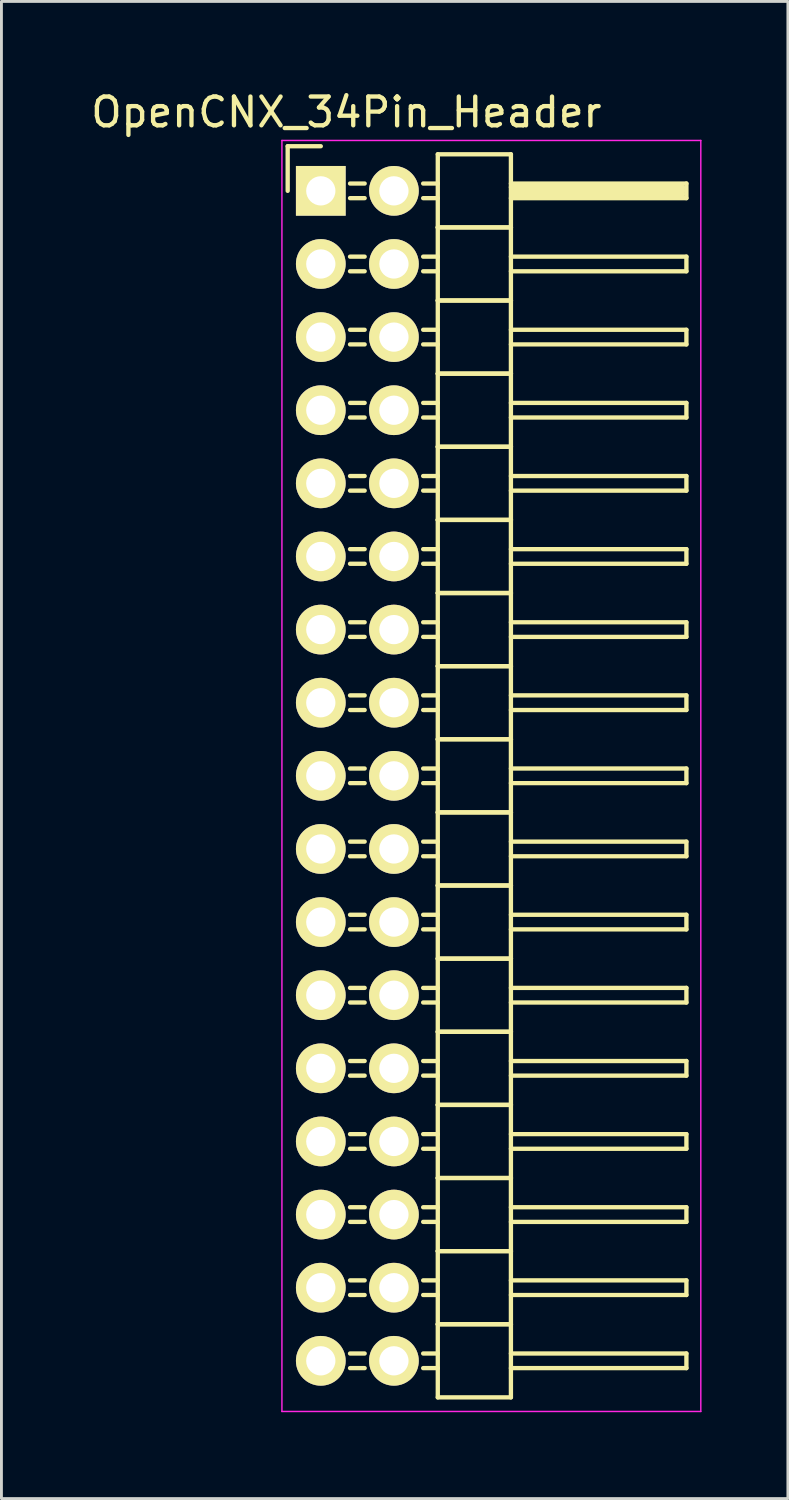
<source format=kicad_pcb>
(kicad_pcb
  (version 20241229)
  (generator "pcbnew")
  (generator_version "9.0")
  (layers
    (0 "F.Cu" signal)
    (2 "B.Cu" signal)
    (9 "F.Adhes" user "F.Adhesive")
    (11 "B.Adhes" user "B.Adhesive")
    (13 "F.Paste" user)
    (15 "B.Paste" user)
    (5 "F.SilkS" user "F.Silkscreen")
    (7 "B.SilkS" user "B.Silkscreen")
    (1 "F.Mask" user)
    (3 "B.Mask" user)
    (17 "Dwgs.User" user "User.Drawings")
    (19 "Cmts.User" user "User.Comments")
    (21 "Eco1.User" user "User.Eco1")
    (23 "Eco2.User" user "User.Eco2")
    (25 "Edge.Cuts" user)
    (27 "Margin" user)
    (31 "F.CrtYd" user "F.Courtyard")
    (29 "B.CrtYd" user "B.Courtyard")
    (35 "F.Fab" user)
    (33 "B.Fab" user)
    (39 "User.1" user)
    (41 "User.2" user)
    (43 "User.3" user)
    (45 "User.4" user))
  (footprint "OpenCNX_34Pin_Header"
    (layer "F.Cu")
    (at 8.093 3.579)
    (property "Reference" "OpenCNX_34Pin_Header" (at 0.889 -2.731 0) (layer "F.SilkS") (effects (font (size 1 1) (thickness 0.15))))
    (attr through_hole)
    (fp_line (start -1.15 -1.55) (end -1.15 0) (stroke (width 0.15) (type solid)) (layer "F.SilkS"))
    (fp_line (start 0 -1.55) (end -1.15 -1.55) (stroke (width 0.15) (type solid)) (layer "F.SilkS"))
    (fp_line (start 1.524 -0.254) (end 1.016 -0.254) (stroke (width 0.15) (type solid)) (layer "F.SilkS"))
    (fp_line (start 1.524 0.254) (end 1.016 0.254) (stroke (width 0.15) (type solid)) (layer "F.SilkS"))
    (fp_line (start 1.524 2.286) (end 1.016 2.286) (stroke (width 0.15) (type solid)) (layer "F.SilkS"))
    (fp_line (start 1.524 2.794) (end 1.016 2.794) (stroke (width 0.15) (type solid)) (layer "F.SilkS"))
    (fp_line (start 1.524 4.826) (end 1.016 4.826) (stroke (width 0.15) (type solid)) (layer "F.SilkS"))
    (fp_line (start 1.524 5.334) (end 1.016 5.334) (stroke (width 0.15) (type solid)) (layer "F.SilkS"))
    (fp_line (start 1.524 7.366) (end 1.016 7.366) (stroke (width 0.15) (type solid)) (layer "F.SilkS"))
    (fp_line (start 1.524 7.874) (end 1.016 7.874) (stroke (width 0.15) (type solid)) (layer "F.SilkS"))
    (fp_line (start 1.524 9.906) (end 1.016 9.906) (stroke (width 0.15) (type solid)) (layer "F.SilkS"))
    (fp_line (start 1.524 10.414) (end 1.016 10.414) (stroke (width 0.15) (type solid)) (layer "F.SilkS"))
    (fp_line (start 1.524 12.446) (end 1.016 12.446) (stroke (width 0.15) (type solid)) (layer "F.SilkS"))
    (fp_line (start 1.524 12.954) (end 1.016 12.954) (stroke (width 0.15) (type solid)) (layer "F.SilkS"))
    (fp_line (start 1.524 14.986) (end 1.016 14.986) (stroke (width 0.15) (type solid)) (layer "F.SilkS"))
    (fp_line (start 1.524 15.494) (end 1.016 15.494) (stroke (width 0.15) (type solid)) (layer "F.SilkS"))
    (fp_line (start 1.524 17.526) (end 1.016 17.526) (stroke (width 0.15) (type solid)) (layer "F.SilkS"))
    (fp_line (start 1.524 18.034) (end 1.016 18.034) (stroke (width 0.15) (type solid)) (layer "F.SilkS"))
    (fp_line (start 1.524 20.066) (end 1.016 20.066) (stroke (width 0.15) (type solid)) (layer "F.SilkS"))
    (fp_line (start 1.524 20.574) (end 1.016 20.574) (stroke (width 0.15) (type solid)) (layer "F.SilkS"))
    (fp_line (start 1.524 22.606) (end 1.016 22.606) (stroke (width 0.15) (type solid)) (layer "F.SilkS"))
    (fp_line (start 1.524 23.114) (end 1.016 23.114) (stroke (width 0.15) (type solid)) (layer "F.SilkS"))
    (fp_line (start 1.524 25.146) (end 1.016 25.146) (stroke (width 0.15) (type solid)) (layer "F.SilkS"))
    (fp_line (start 1.524 25.654) (end 1.016 25.654) (stroke (width 0.15) (type solid)) (layer "F.SilkS"))
    (fp_line (start 1.524 27.686) (end 1.016 27.686) (stroke (width 0.15) (type solid)) (layer "F.SilkS"))
    (fp_line (start 1.524 28.194) (end 1.016 28.194) (stroke (width 0.15) (type solid)) (layer "F.SilkS"))
    (fp_line (start 1.524 30.226) (end 1.016 30.226) (stroke (width 0.15) (type solid)) (layer "F.SilkS"))
    (fp_line (start 1.524 30.734) (end 1.016 30.734) (stroke (width 0.15) (type solid)) (layer "F.SilkS"))
    (fp_line (start 1.524 32.766) (end 1.016 32.766) (stroke (width 0.15) (type solid)) (layer "F.SilkS"))
    (fp_line (start 1.524 33.274) (end 1.016 33.274) (stroke (width 0.15) (type solid)) (layer "F.SilkS"))
    (fp_line (start 1.524 35.306) (end 1.016 35.306) (stroke (width 0.15) (type solid)) (layer "F.SilkS"))
    (fp_line (start 1.524 35.814) (end 1.016 35.814) (stroke (width 0.15) (type solid)) (layer "F.SilkS"))
    (fp_line (start 1.524 37.846) (end 1.016 37.846) (stroke (width 0.15) (type solid)) (layer "F.SilkS"))
    (fp_line (start 1.524 38.354) (end 1.016 38.354) (stroke (width 0.15) (type solid)) (layer "F.SilkS"))
    (fp_line (start 1.524 40.386) (end 1.016 40.386) (stroke (width 0.15) (type solid)) (layer "F.SilkS"))
    (fp_line (start 1.524 40.894) (end 1.016 40.894) (stroke (width 0.15) (type solid)) (layer "F.SilkS"))
    (fp_line (start 4.064 -1.27) (end 4.064 1.27) (stroke (width 0.15) (type solid)) (layer "F.SilkS"))
    (fp_line (start 4.064 -1.27) (end 6.604 -1.27) (stroke (width 0.15) (type solid)) (layer "F.SilkS"))
    (fp_line (start 4.064 -0.254) (end 3.556 -0.254) (stroke (width 0.15) (type solid)) (layer "F.SilkS"))
    (fp_line (start 4.064 0.254) (end 3.556 0.254) (stroke (width 0.15) (type solid)) (layer "F.SilkS"))
    (fp_line (start 4.064 1.27) (end 4.064 3.81) (stroke (width 0.15) (type solid)) (layer "F.SilkS"))
    (fp_line (start 4.064 1.27) (end 6.604 1.27) (stroke (width 0.15) (type solid)) (layer "F.SilkS"))
    (fp_line (start 4.064 1.27) (end 6.604 1.27) (stroke (width 0.15) (type solid)) (layer "F.SilkS"))
    (fp_line (start 4.064 2.286) (end 3.556 2.286) (stroke (width 0.15) (type solid)) (layer "F.SilkS"))
    (fp_line (start 4.064 2.794) (end 3.556 2.794) (stroke (width 0.15) (type solid)) (layer "F.SilkS"))
    (fp_line (start 4.064 3.81) (end 4.064 6.35) (stroke (width 0.15) (type solid)) (layer "F.SilkS"))
    (fp_line (start 4.064 3.81) (end 6.604 3.81) (stroke (width 0.15) (type solid)) (layer "F.SilkS"))
    (fp_line (start 4.064 3.81) (end 6.604 3.81) (stroke (width 0.15) (type solid)) (layer "F.SilkS"))
    (fp_line (start 4.064 4.826) (end 3.556 4.826) (stroke (width 0.15) (type solid)) (layer "F.SilkS"))
    (fp_line (start 4.064 5.334) (end 3.556 5.334) (stroke (width 0.15) (type solid)) (layer "F.SilkS"))
    (fp_line (start 4.064 6.35) (end 4.064 8.89) (stroke (width 0.15) (type solid)) (layer "F.SilkS"))
    (fp_line (start 4.064 6.35) (end 6.604 6.35) (stroke (width 0.15) (type solid)) (layer "F.SilkS"))
    (fp_line (start 4.064 6.35) (end 6.604 6.35) (stroke (width 0.15) (type solid)) (layer "F.SilkS"))
    (fp_line (start 4.064 7.366) (end 3.556 7.366) (stroke (width 0.15) (type solid)) (layer "F.SilkS"))
    (fp_line (start 4.064 7.874) (end 3.556 7.874) (stroke (width 0.15) (type solid)) (layer "F.SilkS"))
    (fp_line (start 4.064 8.89) (end 4.064 11.43) (stroke (width 0.15) (type solid)) (layer "F.SilkS"))
    (fp_line (start 4.064 8.89) (end 6.604 8.89) (stroke (width 0.15) (type solid)) (layer "F.SilkS"))
    (fp_line (start 4.064 8.89) (end 6.604 8.89) (stroke (width 0.15) (type solid)) (layer "F.SilkS"))
    (fp_line (start 4.064 9.906) (end 3.556 9.906) (stroke (width 0.15) (type solid)) (layer "F.SilkS"))
    (fp_line (start 4.064 10.414) (end 3.556 10.414) (stroke (width 0.15) (type solid)) (layer "F.SilkS"))
    (fp_line (start 4.064 11.43) (end 4.064 13.97) (stroke (width 0.15) (type solid)) (layer "F.SilkS"))
    (fp_line (start 4.064 11.43) (end 6.604 11.43) (stroke (width 0.15) (type solid)) (layer "F.SilkS"))
    (fp_line (start 4.064 11.43) (end 6.604 11.43) (stroke (width 0.15) (type solid)) (layer "F.SilkS"))
    (fp_line (start 4.064 12.446) (end 3.556 12.446) (stroke (width 0.15) (type solid)) (layer "F.SilkS"))
    (fp_line (start 4.064 12.954) (end 3.556 12.954) (stroke (width 0.15) (type solid)) (layer "F.SilkS"))
    (fp_line (start 4.064 13.97) (end 4.064 16.51) (stroke (width 0.15) (type solid)) (layer "F.SilkS"))
    (fp_line (start 4.064 13.97) (end 6.604 13.97) (stroke (width 0.15) (type solid)) (layer "F.SilkS"))
    (fp_line (start 4.064 13.97) (end 6.604 13.97) (stroke (width 0.15) (type solid)) (layer "F.SilkS"))
    (fp_line (start 4.064 14.986) (end 3.556 14.986) (stroke (width 0.15) (type solid)) (layer "F.SilkS"))
    (fp_line (start 4.064 15.494) (end 3.556 15.494) (stroke (width 0.15) (type solid)) (layer "F.SilkS"))
    (fp_line (start 4.064 16.51) (end 4.064 19.05) (stroke (width 0.15) (type solid)) (layer "F.SilkS"))
    (fp_line (start 4.064 16.51) (end 6.604 16.51) (stroke (width 0.15) (type solid)) (layer "F.SilkS"))
    (fp_line (start 4.064 16.51) (end 6.604 16.51) (stroke (width 0.15) (type solid)) (layer "F.SilkS"))
    (fp_line (start 4.064 17.526) (end 3.556 17.526) (stroke (width 0.15) (type solid)) (layer "F.SilkS"))
    (fp_line (start 4.064 18.034) (end 3.556 18.034) (stroke (width 0.15) (type solid)) (layer "F.SilkS"))
    (fp_line (start 4.064 19.05) (end 4.064 21.59) (stroke (width 0.15) (type solid)) (layer "F.SilkS"))
    (fp_line (start 4.064 19.05) (end 6.604 19.05) (stroke (width 0.15) (type solid)) (layer "F.SilkS"))
    (fp_line (start 4.064 19.05) (end 6.604 19.05) (stroke (width 0.15) (type solid)) (layer "F.SilkS"))
    (fp_line (start 4.064 20.066) (end 3.556 20.066) (stroke (width 0.15) (type solid)) (layer "F.SilkS"))
    (fp_line (start 4.064 20.574) (end 3.556 20.574) (stroke (width 0.15) (type solid)) (layer "F.SilkS"))
    (fp_line (start 4.064 21.59) (end 4.064 24.13) (stroke (width 0.15) (type solid)) (layer "F.SilkS"))
    (fp_line (start 4.064 21.59) (end 6.604 21.59) (stroke (width 0.15) (type solid)) (layer "F.SilkS"))
    (fp_line (start 4.064 21.59) (end 6.604 21.59) (stroke (width 0.15) (type solid)) (layer "F.SilkS"))
    (fp_line (start 4.064 22.606) (end 3.556 22.606) (stroke (width 0.15) (type solid)) (layer "F.SilkS"))
    (fp_line (start 4.064 23.114) (end 3.556 23.114) (stroke (width 0.15) (type solid)) (layer "F.SilkS"))
    (fp_line (start 4.064 24.13) (end 4.064 26.67) (stroke (width 0.15) (type solid)) (layer "F.SilkS"))
    (fp_line (start 4.064 24.13) (end 6.604 24.13) (stroke (width 0.15) (type solid)) (layer "F.SilkS"))
    (fp_line (start 4.064 24.13) (end 6.604 24.13) (stroke (width 0.15) (type solid)) (layer "F.SilkS"))
    (fp_line (start 4.064 25.146) (end 3.556 25.146) (stroke (width 0.15) (type solid)) (layer "F.SilkS"))
    (fp_line (start 4.064 25.654) (end 3.556 25.654) (stroke (width 0.15) (type solid)) (layer "F.SilkS"))
    (fp_line (start 4.064 26.67) (end 4.064 29.21) (stroke (width 0.15) (type solid)) (layer "F.SilkS"))
    (fp_line (start 4.064 26.67) (end 6.604 26.67) (stroke (width 0.15) (type solid)) (layer "F.SilkS"))
    (fp_line (start 4.064 26.67) (end 6.604 26.67) (stroke (width 0.15) (type solid)) (layer "F.SilkS"))
    (fp_line (start 4.064 27.686) (end 3.556 27.686) (stroke (width 0.15) (type solid)) (layer "F.SilkS"))
    (fp_line (start 4.064 28.194) (end 3.556 28.194) (stroke (width 0.15) (type solid)) (layer "F.SilkS"))
    (fp_line (start 4.064 29.21) (end 4.064 31.75) (stroke (width 0.15) (type solid)) (layer "F.SilkS"))
    (fp_line (start 4.064 29.21) (end 6.604 29.21) (stroke (width 0.15) (type solid)) (layer "F.SilkS"))
    (fp_line (start 4.064 29.21) (end 6.604 29.21) (stroke (width 0.15) (type solid)) (layer "F.SilkS"))
    (fp_line (start 4.064 30.226) (end 3.556 30.226) (stroke (width 0.15) (type solid)) (layer "F.SilkS"))
    (fp_line (start 4.064 30.734) (end 3.556 30.734) (stroke (width 0.15) (type solid)) (layer "F.SilkS"))
    (fp_line (start 4.064 31.75) (end 4.064 34.29) (stroke (width 0.15) (type solid)) (layer "F.SilkS"))
    (fp_line (start 4.064 31.75) (end 6.604 31.75) (stroke (width 0.15) (type solid)) (layer "F.SilkS"))
    (fp_line (start 4.064 31.75) (end 6.604 31.75) (stroke (width 0.15) (type solid)) (layer "F.SilkS"))
    (fp_line (start 4.064 32.766) (end 3.556 32.766) (stroke (width 0.15) (type solid)) (layer "F.SilkS"))
    (fp_line (start 4.064 33.274) (end 3.556 33.274) (stroke (width 0.15) (type solid)) (layer "F.SilkS"))
    (fp_line (start 4.064 34.29) (end 4.064 36.83) (stroke (width 0.15) (type solid)) (layer "F.SilkS"))
    (fp_line (start 4.064 34.29) (end 6.604 34.29) (stroke (width 0.15) (type solid)) (layer "F.SilkS"))
    (fp_line (start 4.064 34.29) (end 6.604 34.29) (stroke (width 0.15) (type solid)) (layer "F.SilkS"))
    (fp_line (start 4.064 35.306) (end 3.556 35.306) (stroke (width 0.15) (type solid)) (layer "F.SilkS"))
    (fp_line (start 4.064 35.814) (end 3.556 35.814) (stroke (width 0.15) (type solid)) (layer "F.SilkS"))
    (fp_line (start 4.064 36.83) (end 4.064 39.37) (stroke (width 0.15) (type solid)) (layer "F.SilkS"))
    (fp_line (start 4.064 36.83) (end 6.604 36.83) (stroke (width 0.15) (type solid)) (layer "F.SilkS"))
    (fp_line (start 4.064 36.83) (end 6.604 36.83) (stroke (width 0.15) (type solid)) (layer "F.SilkS"))
    (fp_line (start 4.064 37.846) (end 3.556 37.846) (stroke (width 0.15) (type solid)) (layer "F.SilkS"))
    (fp_line (start 4.064 38.354) (end 3.556 38.354) (stroke (width 0.15) (type solid)) (layer "F.SilkS"))
    (fp_line (start 4.064 39.37) (end 4.064 41.91) (stroke (width 0.15) (type solid)) (layer "F.SilkS"))
    (fp_line (start 4.064 39.37) (end 6.604 39.37) (stroke (width 0.15) (type solid)) (layer "F.SilkS"))
    (fp_line (start 4.064 39.37) (end 6.604 39.37) (stroke (width 0.15) (type solid)) (layer "F.SilkS"))
    (fp_line (start 4.064 40.386) (end 3.556 40.386) (stroke (width 0.15) (type solid)) (layer "F.SilkS"))
    (fp_line (start 4.064 40.894) (end 3.556 40.894) (stroke (width 0.15) (type solid)) (layer "F.SilkS"))
    (fp_line (start 4.064 41.91) (end 6.604 41.91) (stroke (width 0.15) (type solid)) (layer "F.SilkS"))
    (fp_line (start 6.604 -0.254) (end 12.7 -0.254) (stroke (width 0.15) (type solid)) (layer "F.SilkS"))
    (fp_line (start 6.604 -0.127) (end 12.573 -0.127) (stroke (width 0.15) (type solid)) (layer "F.SilkS"))
    (fp_line (start 6.604 1.27) (end 6.604 -1.27) (stroke (width 0.15) (type solid)) (layer "F.SilkS"))
    (fp_line (start 6.604 2.286) (end 12.7 2.286) (stroke (width 0.15) (type solid)) (layer "F.SilkS"))
    (fp_line (start 6.604 3.81) (end 6.604 1.27) (stroke (width 0.15) (type solid)) (layer "F.SilkS"))
    (fp_line (start 6.604 4.826) (end 12.7 4.826) (stroke (width 0.15) (type solid)) (layer "F.SilkS"))
    (fp_line (start 6.604 6.35) (end 6.604 3.81) (stroke (width 0.15) (type solid)) (layer "F.SilkS"))
    (fp_line (start 6.604 7.366) (end 12.7 7.366) (stroke (width 0.15) (type solid)) (layer "F.SilkS"))
    (fp_line (start 6.604 8.89) (end 6.604 6.35) (stroke (width 0.15) (type solid)) (layer "F.SilkS"))
    (fp_line (start 6.604 9.906) (end 12.7 9.906) (stroke (width 0.15) (type solid)) (layer "F.SilkS"))
    (fp_line (start 6.604 11.43) (end 6.604 8.89) (stroke (width 0.15) (type solid)) (layer "F.SilkS"))
    (fp_line (start 6.604 12.446) (end 12.7 12.446) (stroke (width 0.15) (type solid)) (layer "F.SilkS"))
    (fp_line (start 6.604 13.97) (end 6.604 11.43) (stroke (width 0.15) (type solid)) (layer "F.SilkS"))
    (fp_line (start 6.604 14.986) (end 12.7 14.986) (stroke (width 0.15) (type solid)) (layer "F.SilkS"))
    (fp_line (start 6.604 16.51) (end 6.604 13.97) (stroke (width 0.15) (type solid)) (layer "F.SilkS"))
    (fp_line (start 6.604 17.526) (end 12.7 17.526) (stroke (width 0.15) (type solid)) (layer "F.SilkS"))
    (fp_line (start 6.604 19.05) (end 6.604 16.51) (stroke (width 0.15) (type solid)) (layer "F.SilkS"))
    (fp_line (start 6.604 20.066) (end 12.7 20.066) (stroke (width 0.15) (type solid)) (layer "F.SilkS"))
    (fp_line (start 6.604 21.59) (end 6.604 19.05) (stroke (width 0.15) (type solid)) (layer "F.SilkS"))
    (fp_line (start 6.604 22.606) (end 12.7 22.606) (stroke (width 0.15) (type solid)) (layer "F.SilkS"))
    (fp_line (start 6.604 24.13) (end 6.604 21.59) (stroke (width 0.15) (type solid)) (layer "F.SilkS"))
    (fp_line (start 6.604 25.146) (end 12.7 25.146) (stroke (width 0.15) (type solid)) (layer "F.SilkS"))
    (fp_line (start 6.604 26.67) (end 6.604 24.13) (stroke (width 0.15) (type solid)) (layer "F.SilkS"))
    (fp_line (start 6.604 27.686) (end 12.7 27.686) (stroke (width 0.15) (type solid)) (layer "F.SilkS"))
    (fp_line (start 6.604 29.21) (end 6.604 26.67) (stroke (width 0.15) (type solid)) (layer "F.SilkS"))
    (fp_line (start 6.604 30.226) (end 12.7 30.226) (stroke (width 0.15) (type solid)) (layer "F.SilkS"))
    (fp_line (start 6.604 31.75) (end 6.604 29.21) (stroke (width 0.15) (type solid)) (layer "F.SilkS"))
    (fp_line (start 6.604 32.766) (end 12.7 32.766) (stroke (width 0.15) (type solid)) (layer "F.SilkS"))
    (fp_line (start 6.604 34.29) (end 6.604 31.75) (stroke (width 0.15) (type solid)) (layer "F.SilkS"))
    (fp_line (start 6.604 35.306) (end 12.7 35.306) (stroke (width 0.15) (type solid)) (layer "F.SilkS"))
    (fp_line (start 6.604 36.83) (end 6.604 34.29) (stroke (width 0.15) (type solid)) (layer "F.SilkS"))
    (fp_line (start 6.604 37.846) (end 12.7 37.846) (stroke (width 0.15) (type solid)) (layer "F.SilkS"))
    (fp_line (start 6.604 39.37) (end 6.604 36.83) (stroke (width 0.15) (type solid)) (layer "F.SilkS"))
    (fp_line (start 6.604 40.386) (end 12.7 40.386) (stroke (width 0.15) (type solid)) (layer "F.SilkS"))
    (fp_line (start 6.604 41.91) (end 6.604 39.37) (stroke (width 0.15) (type solid)) (layer "F.SilkS"))
    (fp_line (start 6.731 0) (end 12.573 0) (stroke (width 0.15) (type solid)) (layer "F.SilkS"))
    (fp_line (start 6.731 0.127) (end 6.731 0) (stroke (width 0.15) (type solid)) (layer "F.SilkS"))
    (fp_line (start 12.573 -0.127) (end 12.573 0.127) (stroke (width 0.15) (type solid)) (layer "F.SilkS"))
    (fp_line (start 12.573 0.127) (end 6.731 0.127) (stroke (width 0.15) (type solid)) (layer "F.SilkS"))
    (fp_line (start 12.7 -0.254) (end 12.7 0.254) (stroke (width 0.15) (type solid)) (layer "F.SilkS"))
    (fp_line (start 12.7 0.254) (end 6.604 0.254) (stroke (width 0.15) (type solid)) (layer "F.SilkS"))
    (fp_line (start 12.7 2.286) (end 12.7 2.794) (stroke (width 0.15) (type solid)) (layer "F.SilkS"))
    (fp_line (start 12.7 2.794) (end 6.604 2.794) (stroke (width 0.15) (type solid)) (layer "F.SilkS"))
    (fp_line (start 12.7 4.826) (end 12.7 5.334) (stroke (width 0.15) (type solid)) (layer "F.SilkS"))
    (fp_line (start 12.7 5.334) (end 6.604 5.334) (stroke (width 0.15) (type solid)) (layer "F.SilkS"))
    (fp_line (start 12.7 7.366) (end 12.7 7.874) (stroke (width 0.15) (type solid)) (layer "F.SilkS"))
    (fp_line (start 12.7 7.874) (end 6.604 7.874) (stroke (width 0.15) (type solid)) (layer "F.SilkS"))
    (fp_line (start 12.7 9.906) (end 12.7 10.414) (stroke (width 0.15) (type solid)) (layer "F.SilkS"))
    (fp_line (start 12.7 10.414) (end 6.604 10.414) (stroke (width 0.15) (type solid)) (layer "F.SilkS"))
    (fp_line (start 12.7 12.446) (end 12.7 12.954) (stroke (width 0.15) (type solid)) (layer "F.SilkS"))
    (fp_line (start 12.7 12.954) (end 6.604 12.954) (stroke (width 0.15) (type solid)) (layer "F.SilkS"))
    (fp_line (start 12.7 14.986) (end 12.7 15.494) (stroke (width 0.15) (type solid)) (layer "F.SilkS"))
    (fp_line (start 12.7 15.494) (end 6.604 15.494) (stroke (width 0.15) (type solid)) (layer "F.SilkS"))
    (fp_line (start 12.7 17.526) (end 12.7 18.034) (stroke (width 0.15) (type solid)) (layer "F.SilkS"))
    (fp_line (start 12.7 18.034) (end 6.604 18.034) (stroke (width 0.15) (type solid)) (layer "F.SilkS"))
    (fp_line (start 12.7 20.066) (end 12.7 20.574) (stroke (width 0.15) (type solid)) (layer "F.SilkS"))
    (fp_line (start 12.7 20.574) (end 6.604 20.574) (stroke (width 0.15) (type solid)) (layer "F.SilkS"))
    (fp_line (start 12.7 22.606) (end 12.7 23.114) (stroke (width 0.15) (type solid)) (layer "F.SilkS"))
    (fp_line (start 12.7 23.114) (end 6.604 23.114) (stroke (width 0.15) (type solid)) (layer "F.SilkS"))
    (fp_line (start 12.7 25.146) (end 12.7 25.654) (stroke (width 0.15) (type solid)) (layer "F.SilkS"))
    (fp_line (start 12.7 25.654) (end 6.604 25.654) (stroke (width 0.15) (type solid)) (layer "F.SilkS"))
    (fp_line (start 12.7 27.686) (end 12.7 28.194) (stroke (width 0.15) (type solid)) (layer "F.SilkS"))
    (fp_line (start 12.7 28.194) (end 6.604 28.194) (stroke (width 0.15) (type solid)) (layer "F.SilkS"))
    (fp_line (start 12.7 30.226) (end 12.7 30.734) (stroke (width 0.15) (type solid)) (layer "F.SilkS"))
    (fp_line (start 12.7 30.734) (end 6.604 30.734) (stroke (width 0.15) (type solid)) (layer "F.SilkS"))
    (fp_line (start 12.7 32.766) (end 12.7 33.274) (stroke (width 0.15) (type solid)) (layer "F.SilkS"))
    (fp_line (start 12.7 33.274) (end 6.604 33.274) (stroke (width 0.15) (type solid)) (layer "F.SilkS"))
    (fp_line (start 12.7 35.306) (end 12.7 35.814) (stroke (width 0.15) (type solid)) (layer "F.SilkS"))
    (fp_line (start 12.7 35.814) (end 6.604 35.814) (stroke (width 0.15) (type solid)) (layer "F.SilkS"))
    (fp_line (start 12.7 37.846) (end 12.7 38.354) (stroke (width 0.15) (type solid)) (layer "F.SilkS"))
    (fp_line (start 12.7 38.354) (end 6.604 38.354) (stroke (width 0.15) (type solid)) (layer "F.SilkS"))
    (fp_line (start 12.7 40.386) (end 12.7 40.894) (stroke (width 0.15) (type solid)) (layer "F.SilkS"))
    (fp_line (start 12.7 40.894) (end 6.604 40.894) (stroke (width 0.15) (type solid)) (layer "F.SilkS"))
    (fp_line (start -1.35 -1.75) (end -1.35 42.4) (stroke (width 0.05) (type solid)) (layer "F.CrtYd"))
    (fp_line (start -1.35 -1.75) (end 13.2 -1.75) (stroke (width 0.05) (type solid)) (layer "F.CrtYd"))
    (fp_line (start -1.35 42.4) (end 13.2 42.4) (stroke (width 0.05) (type solid)) (layer "F.CrtYd"))
    (fp_line (start 13.2 -1.75) (end 13.2 42.4) (stroke (width 0.05) (type solid)) (layer "F.CrtYd"))
    (pad "1" thru_hole rect (at 0 0) (size 1.727 1.727) (drill 1.016) (layers "*.Cu" "*.Mask" "F.SilkS"))
    (pad "2" thru_hole oval (at 2.54 0) (size 1.727 1.727) (drill 1.016) (layers "*.Cu" "*.Mask" "F.SilkS"))
    (pad "3" thru_hole oval (at 0 2.54) (size 1.727 1.727) (drill 1.016) (layers "*.Cu" "*.Mask" "F.SilkS"))
    (pad "4" thru_hole oval (at 2.54 2.54) (size 1.727 1.727) (drill 1.016) (layers "*.Cu" "*.Mask" "F.SilkS"))
    (pad "5" thru_hole oval (at 0 5.08) (size 1.727 1.727) (drill 1.016) (layers "*.Cu" "*.Mask" "F.SilkS"))
    (pad "6" thru_hole oval (at 2.54 5.08) (size 1.727 1.727) (drill 1.016) (layers "*.Cu" "*.Mask" "F.SilkS"))
    (pad "7" thru_hole oval (at 0 7.62) (size 1.727 1.727) (drill 1.016) (layers "*.Cu" "*.Mask" "F.SilkS"))
    (pad "8" thru_hole oval (at 2.54 7.62) (size 1.727 1.727) (drill 1.016) (layers "*.Cu" "*.Mask" "F.SilkS"))
    (pad "9" thru_hole oval (at 0 10.16) (size 1.727 1.727) (drill 1.016) (layers "*.Cu" "*.Mask" "F.SilkS"))
    (pad "10" thru_hole oval (at 2.54 10.16) (size 1.727 1.727) (drill 1.016) (layers "*.Cu" "*.Mask" "F.SilkS"))
    (pad "11" thru_hole oval (at 0 12.7) (size 1.727 1.727) (drill 1.016) (layers "*.Cu" "*.Mask" "F.SilkS"))
    (pad "12" thru_hole oval (at 2.54 12.7) (size 1.727 1.727) (drill 1.016) (layers "*.Cu" "*.Mask" "F.SilkS"))
    (pad "13" thru_hole oval (at 0 15.24) (size 1.727 1.727) (drill 1.016) (layers "*.Cu" "*.Mask" "F.SilkS"))
    (pad "14" thru_hole oval (at 2.54 15.24) (size 1.727 1.727) (drill 1.016) (layers "*.Cu" "*.Mask" "F.SilkS"))
    (pad "15" thru_hole oval (at 0 17.78) (size 1.727 1.727) (drill 1.016) (layers "*.Cu" "*.Mask" "F.SilkS"))
    (pad "16" thru_hole oval (at 2.54 17.78) (size 1.727 1.727) (drill 1.016) (layers "*.Cu" "*.Mask" "F.SilkS"))
    (pad "17" thru_hole oval (at 0 20.32) (size 1.727 1.727) (drill 1.016) (layers "*.Cu" "*.Mask" "F.SilkS"))
    (pad "18" thru_hole oval (at 2.54 20.32) (size 1.727 1.727) (drill 1.016) (layers "*.Cu" "*.Mask" "F.SilkS"))
    (pad "19" thru_hole oval (at 0 22.86) (size 1.727 1.727) (drill 1.016) (layers "*.Cu" "*.Mask" "F.SilkS"))
    (pad "20" thru_hole oval (at 2.54 22.86) (size 1.727 1.727) (drill 1.016) (layers "*.Cu" "*.Mask" "F.SilkS"))
    (pad "21" thru_hole oval (at 0 25.4) (size 1.727 1.727) (drill 1.016) (layers "*.Cu" "*.Mask" "F.SilkS"))
    (pad "22" thru_hole oval (at 2.54 25.4) (size 1.727 1.727) (drill 1.016) (layers "*.Cu" "*.Mask" "F.SilkS"))
    (pad "23" thru_hole oval (at 0 27.94) (size 1.727 1.727) (drill 1.016) (layers "*.Cu" "*.Mask" "F.SilkS"))
    (pad "24" thru_hole oval (at 2.54 27.94) (size 1.727 1.727) (drill 1.016) (layers "*.Cu" "*.Mask" "F.SilkS"))
    (pad "25" thru_hole oval (at 0 30.48) (size 1.727 1.727) (drill 1.016) (layers "*.Cu" "*.Mask" "F.SilkS"))
    (pad "26" thru_hole oval (at 2.54 30.48) (size 1.727 1.727) (drill 1.016) (layers "*.Cu" "*.Mask" "F.SilkS"))
    (pad "27" thru_hole oval (at 0 33.02) (size 1.727 1.727) (drill 1.016) (layers "*.Cu" "*.Mask" "F.SilkS"))
    (pad "28" thru_hole oval (at 2.54 33.02) (size 1.727 1.727) (drill 1.016) (layers "*.Cu" "*.Mask" "F.SilkS"))
    (pad "29" thru_hole oval (at 0 35.56) (size 1.727 1.727) (drill 1.016) (layers "*.Cu" "*.Mask" "F.SilkS"))
    (pad "30" thru_hole oval (at 2.54 35.56) (size 1.727 1.727) (drill 1.016) (layers "*.Cu" "*.Mask" "F.SilkS"))
    (pad "31" thru_hole oval (at 0 38.1) (size 1.727 1.727) (drill 1.016) (layers "*.Cu" "*.Mask" "F.SilkS"))
    (pad "32" thru_hole oval (at 2.54 38.1) (size 1.727 1.727) (drill 1.016) (layers "*.Cu" "*.Mask" "F.SilkS"))
    (pad "33" thru_hole oval (at 0 40.64) (size 1.727 1.727) (drill 1.016) (layers "*.Cu" "*.Mask" "F.SilkS"))
    (pad "34" thru_hole oval (at 2.54 40.64) (size 1.727 1.727) (drill 1.016) (layers "*.Cu" "*.Mask" "F.SilkS")))
  (gr_rect
    (start -3 -3)
    (end 24.318 49.004)
    (stroke (width 0.1) (type default))
    (fill no)
    (layer "Edge.Cuts")))
</source>
